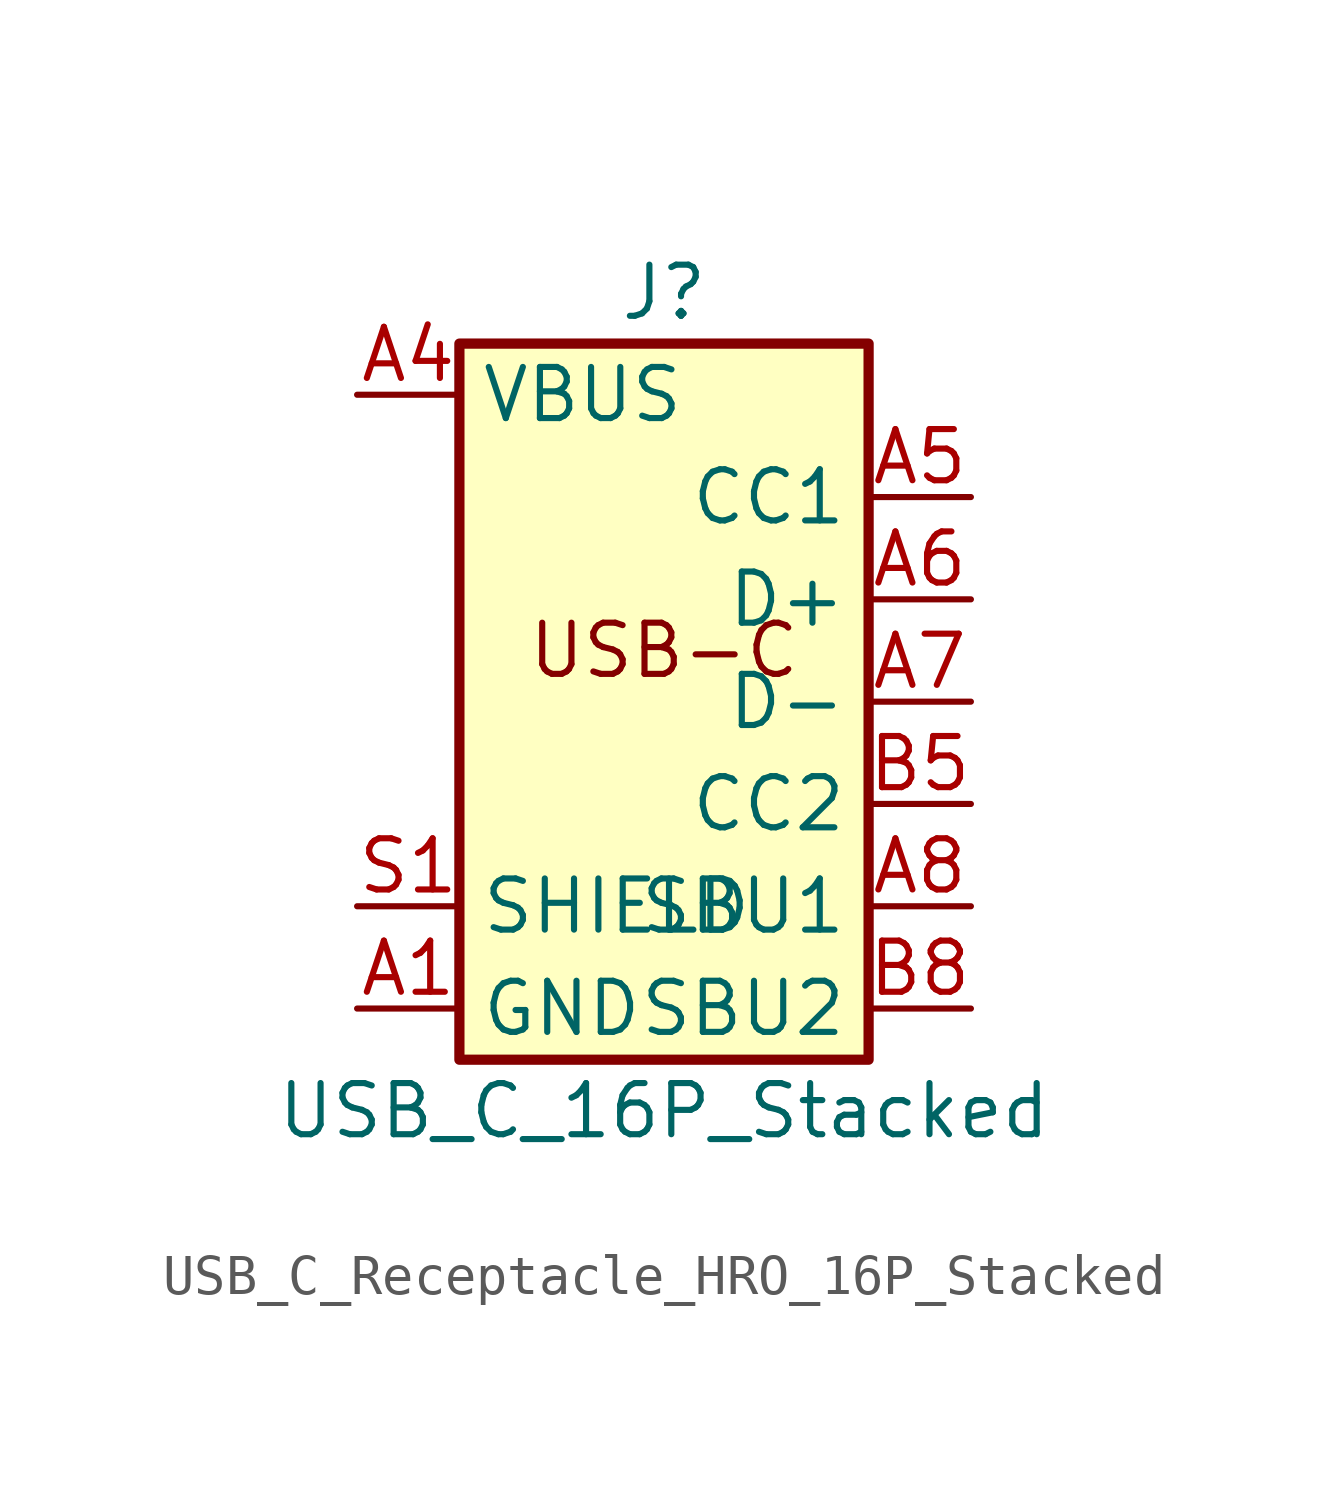
<source format=kicad_sym>
(kicad_symbol_lib
  (version 20211014)
  (generator kicad_symbol_editor)
  (symbol "USB_C_Receptacle_HRO_16P_Stacked"
    (property "Reference" "J"
      (at 0 10.16 0)
      (effects (font (size 1.27 1.27))))
    (property "Value" "USB_C_16P_Stacked"
      (at 0 -10.16 0)
      (effects (font (size 1.27 1.27))))
    (symbol "USB_C_Receptacle_HRO_16P_Stacked_0_1"
      (rectangle (start -5.08 8.89) (end 5.08 -8.89) (stroke (width 0.254) (type default) (color 0 0 0 0)) (fill (type background)))
      (text "USB-C" (at 0 1.27 0) (effects (font (size 1.27 1.27)))))
    (symbol "USB_C_Receptacle_HRO_16P_Stacked_1_1"
      (pin power_out line (at -7.62 7.62 0) (length 2.54) (name "VBUS" (effects (font (size 1.27 1.27)))) (number "A4" (effects (font (size 1.27 1.27)))))
      (pin power_out line (at -7.62 7.62 0) (length 2.54) hide (name "VBUS" (effects (font (size 1.27 1.27)))) (number "A9" (effects (font (size 1.27 1.27)))))
      (pin power_out line (at -7.62 7.62 0) (length 2.54) hide (name "VBUS" (effects (font (size 1.27 1.27)))) (number "B4" (effects (font (size 1.27 1.27)))))
      (pin power_out line (at -7.62 7.62 0) (length 2.54) hide (name "VBUS" (effects (font (size 1.27 1.27)))) (number "B9" (effects (font (size 1.27 1.27)))))
      (pin power_out line (at -7.62 -7.62 0) (length 2.54) (name "GND" (effects (font (size 1.27 1.27)))) (number "A1" (effects (font (size 1.27 1.27)))))
      (pin power_out line (at -7.62 -7.62 0) (length 2.54) hide (name "GND" (effects (font (size 1.27 1.27)))) (number "A12" (effects (font (size 1.27 1.27)))))
      (pin power_out line (at -7.62 -7.62 0) (length 2.54) hide (name "GND" (effects (font (size 1.27 1.27)))) (number "B1" (effects (font (size 1.27 1.27)))))
      (pin power_out line (at -7.62 -7.62 0) (length 2.54) hide (name "GND" (effects (font (size 1.27 1.27)))) (number "B12" (effects (font (size 1.27 1.27)))))
      (pin bidirectional line (at 7.62 2.54 180) (length 2.54) (name "D+" (effects (font (size 1.27 1.27)))) (number "A6" (effects (font (size 1.27 1.27)))))
      (pin bidirectional line (at 7.62 2.54 180) (length 2.54) hide (name "D+" (effects (font (size 1.27 1.27)))) (number "B6" (effects (font (size 1.27 1.27)))))
      (pin bidirectional line (at 7.62 0 180) (length 2.54) (name "D-" (effects (font (size 1.27 1.27)))) (number "A7" (effects (font (size 1.27 1.27)))))
      (pin bidirectional line (at 7.62 0 180) (length 2.54) hide (name "D-" (effects (font (size 1.27 1.27)))) (number "B7" (effects (font (size 1.27 1.27)))))
      (pin bidirectional line (at 7.62 5.08 180) (length 2.54) (name "CC1" (effects (font (size 1.27 1.27)))) (number "A5" (effects (font (size 1.27 1.27)))))
      (pin bidirectional line (at 7.62 -2.54 180) (length 2.54) (name "CC2" (effects (font (size 1.27 1.27)))) (number "B5" (effects (font (size 1.27 1.27)))))
      (pin bidirectional line (at 7.62 -5.08 180) (length 2.54) (name "SBU1" (effects (font (size 1.27 1.27)))) (number "A8" (effects (font (size 1.27 1.27)))))
      (pin bidirectional line (at 7.62 -7.62 180) (length 2.54) (name "SBU2" (effects (font (size 1.27 1.27)))) (number "B8" (effects (font (size 1.27 1.27)))))
      (pin passive line (at -7.62 -5.08 0) (length 2.54) (name "SHIELD" (effects (font (size 1.27 1.27)))) (number "S1" (effects (font (size 1.27 1.27)))))
      (pin passive line (at -7.62 -5.08 0) (length 2.54) hide (name "SHIELD" (effects (font (size 1.27 1.27)))) (number "S2" (effects (font (size 1.27 1.27)))))
      (pin passive line (at -7.62 -5.08 0) (length 2.54) hide (name "SHIELD" (effects (font (size 1.27 1.27)))) (number "S3" (effects (font (size 1.27 1.27)))))
      (pin passive line (at -7.62 -5.08 0) (length 2.54) hide (name "SHIELD" (effects (font (size 1.27 1.27)))) (number "S4" (effects (font (size 1.27 1.27))))))))
</source>
